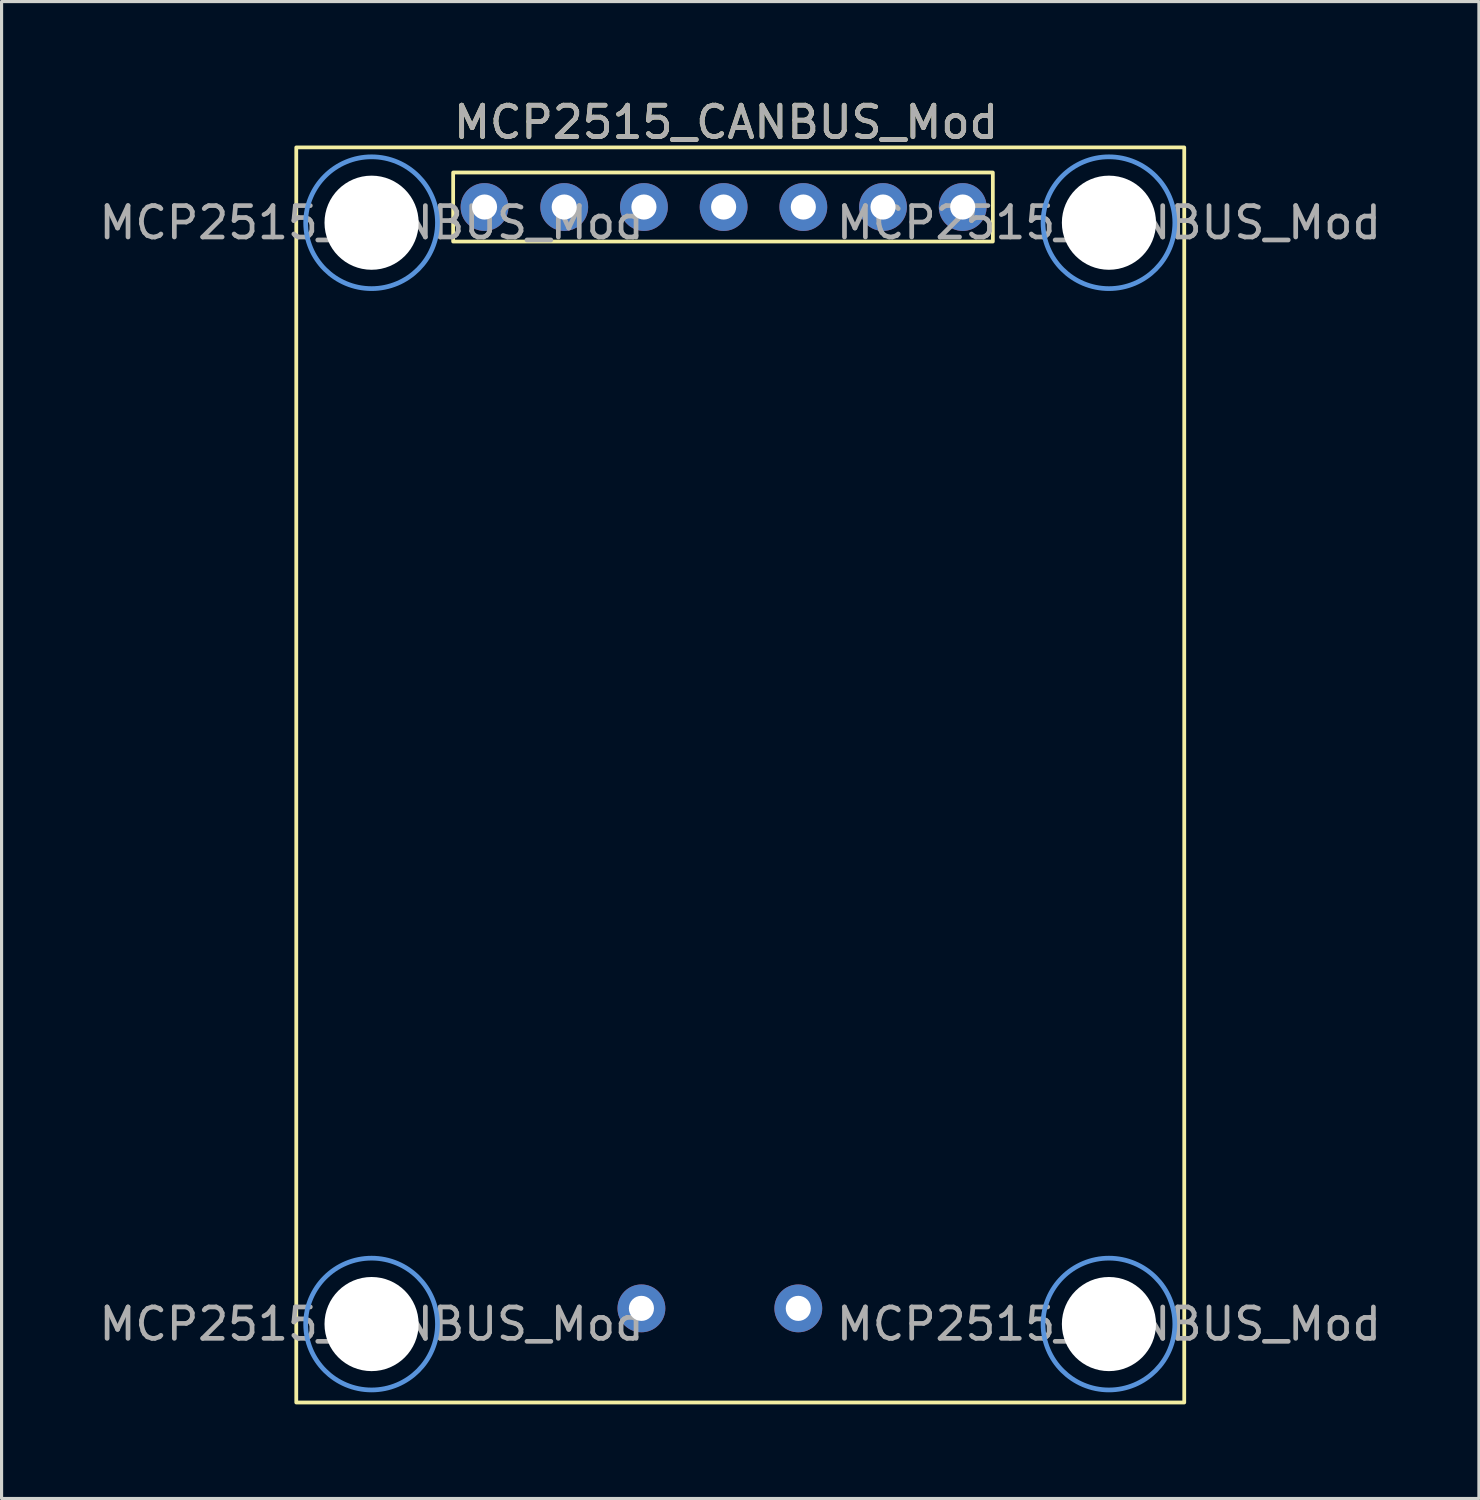
<source format=kicad_pcb>
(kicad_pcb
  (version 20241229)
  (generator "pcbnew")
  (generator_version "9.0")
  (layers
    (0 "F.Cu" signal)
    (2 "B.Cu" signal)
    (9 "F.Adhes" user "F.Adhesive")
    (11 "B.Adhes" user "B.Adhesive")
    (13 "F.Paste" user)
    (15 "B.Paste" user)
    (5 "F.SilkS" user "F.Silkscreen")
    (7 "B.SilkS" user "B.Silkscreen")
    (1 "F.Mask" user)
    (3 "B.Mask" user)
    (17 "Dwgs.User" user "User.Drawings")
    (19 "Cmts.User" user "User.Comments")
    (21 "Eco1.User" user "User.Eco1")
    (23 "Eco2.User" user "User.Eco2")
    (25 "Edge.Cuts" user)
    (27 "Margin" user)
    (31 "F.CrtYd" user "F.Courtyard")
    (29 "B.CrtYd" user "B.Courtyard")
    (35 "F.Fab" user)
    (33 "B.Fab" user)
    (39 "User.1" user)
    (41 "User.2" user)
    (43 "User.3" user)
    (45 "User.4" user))
  (footprint "MCP2515_CANBUS_Mod"
    (layer "F.Cu")
    (at 6.392 1.648)
    (property "Reference" "MCP2515_CANBUS_Mod" (at 13.7 -0.8 0) (unlocked yes) (layer "F.SilkS") (effects (font (size 1 1) (thickness 0.15))))
    (attr through_hole)
    (fp_rect (start 0 0) (end 28.3 40) (stroke (width 0.12) (type solid)) (fill no) (layer "F.SilkS"))
    (fp_rect (start 5 0.8) (end 22.2 3) (stroke (width 0.12) (type solid)) (fill no) (layer "F.SilkS"))
    (fp_circle (center 2.4 2.4) (end 4.5 2.4) (stroke (width 0.15) (type solid)) (fill no) (layer "Cmts.User"))
    (fp_circle (center 2.4 37.5) (end 4.5 37.5) (stroke (width 0.15) (type solid)) (fill no) (layer "Cmts.User"))
    (fp_circle (center 25.9 2.4) (end 28 2.4) (stroke (width 0.15) (type solid)) (fill no) (layer "Cmts.User"))
    (fp_circle (center 25.9 37.5) (end 28 37.5) (stroke (width 0.15) (type solid)) (fill no) (layer "Cmts.User"))
    (fp_text user "${REFERENCE}" (at 2.4 2.4 0) (layer "F.Fab") (effects (font (size 1 1) (thickness 0.15))))
    (fp_text user "${REFERENCE}" (at 25.9 2.4 0) (layer "F.Fab") (effects (font (size 1 1) (thickness 0.15))))
    (fp_text user "${REFERENCE}" (at 2.4 37.5 0) (layer "F.Fab") (effects (font (size 1 1) (thickness 0.15))))
    (fp_text user "${REFERENCE}" (at 25.9 37.5 0) (layer "F.Fab") (effects (font (size 1 1) (thickness 0.15))))
    (fp_text user "${REFERENCE}" (at 13.7 -0.8 0) (unlocked yes) (layer "F.Fab") (effects (font (size 1 1) (thickness 0.15))))
    (pad "" np_thru_hole circle (at 2.4 2.4) (size 3 3) (drill 3) (layers "*.Cu" "*.Mask"))
    (pad "" np_thru_hole circle (at 2.4 37.5) (size 3 3) (drill 3) (layers "*.Cu" "*.Mask"))
    (pad "" np_thru_hole circle (at 25.9 2.4) (size 3 3) (drill 3) (layers "*.Cu" "*.Mask"))
    (pad "" np_thru_hole circle (at 25.9 37.5) (size 3 3) (drill 3) (layers "*.Cu" "*.Mask"))
    (pad "1" thru_hole circle (at 21.24 1.9) (size 1.524 1.524) (drill 0.8) (layers "*.Cu" "*.Mask"))
    (pad "2" thru_hole circle (at 18.7 1.9) (size 1.524 1.524) (drill 0.8) (layers "*.Cu" "*.Mask"))
    (pad "3" thru_hole circle (at 16.16 1.9) (size 1.524 1.524) (drill 0.8) (layers "*.Cu" "*.Mask"))
    (pad "4" thru_hole circle (at 13.62 1.9) (size 1.524 1.524) (drill 0.8) (layers "*.Cu" "*.Mask"))
    (pad "5" thru_hole circle (at 11.08 1.9) (size 1.524 1.524) (drill 0.8) (layers "*.Cu" "*.Mask"))
    (pad "6" thru_hole circle (at 8.54 1.9) (size 1.524 1.524) (drill 0.8) (layers "*.Cu" "*.Mask"))
    (pad "7" thru_hole circle (at 6 1.9) (size 1.524 1.524) (drill 0.8) (layers "*.Cu" "*.Mask"))
    (pad "8" thru_hole circle (at 16 37) (size 1.524 1.524) (drill 0.8) (layers "*.Cu" "*.Mask"))
    (pad "9" thru_hole circle (at 11 37) (size 1.524 1.524) (drill 0.8) (layers "*.Cu" "*.Mask")))
  (gr_rect
    (start -3 -3)
    (end 44.083 44.708)
    (stroke (width 0.1) (type default))
    (fill no)
    (layer "Edge.Cuts")))
</source>
